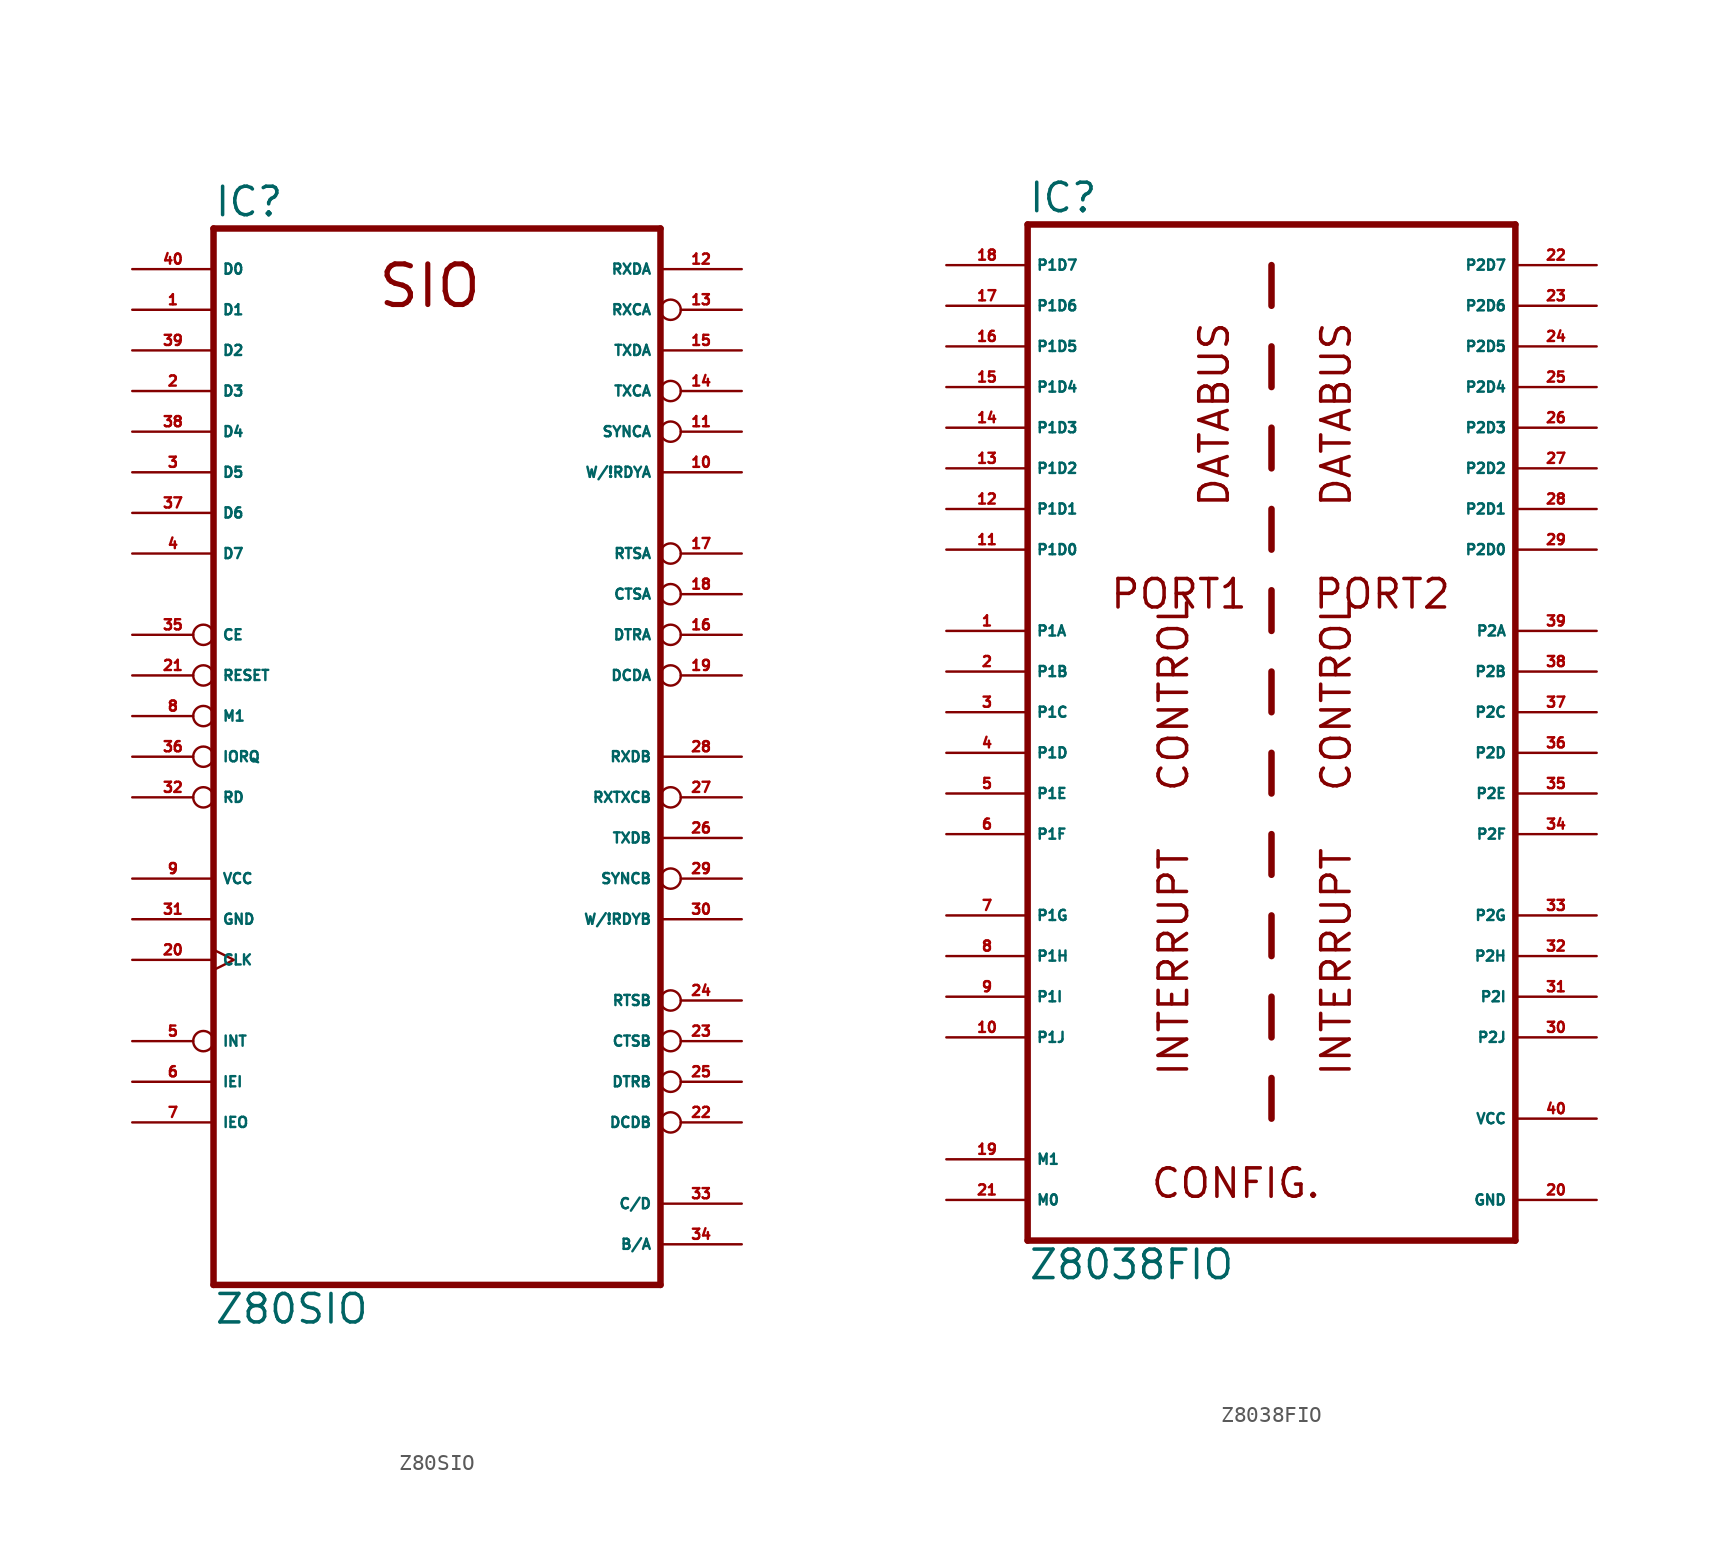
<source format=kicad_sym>
(kicad_symbol_lib
  (version 20220914)
  (generator Eagle2Kicad)
  (symbol "Z80SIO"
    (property "Reference" "IC"
      (at -12.7 33.655 0)
      (effects (font (size 1.778 1.778) (thickness 0.22)) (justify left bottom)))
    (property "Value" "Z80SIO"
      (at -12.7 -35.56 0)
      (effects (font (size 1.778 1.778) (thickness 0.22)) (justify left bottom)))
    (polyline
      (pts (xy -12.7 33.02) (xy -12.7 -33.02))
      (stroke (width 0.406) (type default))
      (fill (type none)))
    (polyline
      (pts (xy 15.24 -33.02) (xy -12.7 -33.02))
      (stroke (width 0.406) (type default))
      (fill (type none)))
    (polyline
      (pts (xy 15.24 -33.02) (xy 15.24 33.02))
      (stroke (width 0.406) (type default))
      (fill (type none)))
    (polyline
      (pts (xy -12.7 33.02) (xy 15.24 33.02))
      (stroke (width 0.406) (type default))
      (fill (type none)))
    (text "SIO"
      (at -2.54 27.94 0)
      (effects (font (size 2.54 2.54) (thickness 0.32)) (justify left bottom)))
    (pin bidirectional line
      (at -17.78 30.48 0)
      (length 5.08)
      (name "D0" (effects (font (size 0.635 0.635) (thickness 0.08)) (justify left bottom)))
      (number "40" (effects (font (size 0.635 0.635) (thickness 0.08)) (justify left bottom))))
    (pin bidirectional line
      (at -17.78 27.94 0)
      (length 5.08)
      (name "D1" (effects (font (size 0.635 0.635) (thickness 0.08)) (justify left bottom)))
      (number "1" (effects (font (size 0.635 0.635) (thickness 0.08)) (justify left bottom))))
    (pin bidirectional line
      (at -17.78 25.4 0)
      (length 5.08)
      (name "D2" (effects (font (size 0.635 0.635) (thickness 0.08)) (justify left bottom)))
      (number "39" (effects (font (size 0.635 0.635) (thickness 0.08)) (justify left bottom))))
    (pin bidirectional line
      (at -17.78 22.86 0)
      (length 5.08)
      (name "D3" (effects (font (size 0.635 0.635) (thickness 0.08)) (justify left bottom)))
      (number "2" (effects (font (size 0.635 0.635) (thickness 0.08)) (justify left bottom))))
    (pin bidirectional line
      (at -17.78 20.32 0)
      (length 5.08)
      (name "D4" (effects (font (size 0.635 0.635) (thickness 0.08)) (justify left bottom)))
      (number "38" (effects (font (size 0.635 0.635) (thickness 0.08)) (justify left bottom))))
    (pin bidirectional line
      (at -17.78 17.78 0)
      (length 5.08)
      (name "D5" (effects (font (size 0.635 0.635) (thickness 0.08)) (justify left bottom)))
      (number "3" (effects (font (size 0.635 0.635) (thickness 0.08)) (justify left bottom))))
    (pin bidirectional line
      (at -17.78 15.24 0)
      (length 5.08)
      (name "D6" (effects (font (size 0.635 0.635) (thickness 0.08)) (justify left bottom)))
      (number "37" (effects (font (size 0.635 0.635) (thickness 0.08)) (justify left bottom))))
    (pin bidirectional line
      (at -17.78 12.7 0)
      (length 5.08)
      (name "D7" (effects (font (size 0.635 0.635) (thickness 0.08)) (justify left bottom)))
      (number "4" (effects (font (size 0.635 0.635) (thickness 0.08)) (justify left bottom))))
    (pin input inverted
      (at -17.78 7.62 0)
      (length 5.08)
      (name "CE" (effects (font (size 0.635 0.635) (thickness 0.08)) (justify left bottom)))
      (number "35" (effects (font (size 0.635 0.635) (thickness 0.08)) (justify left bottom))))
    (pin input inverted
      (at -17.78 5.08 0)
      (length 5.08)
      (name "RESET" (effects (font (size 0.635 0.635) (thickness 0.08)) (justify left bottom)))
      (number "21" (effects (font (size 0.635 0.635) (thickness 0.08)) (justify left bottom))))
    (pin input inverted
      (at -17.78 2.54 0)
      (length 5.08)
      (name "M1" (effects (font (size 0.635 0.635) (thickness 0.08)) (justify left bottom)))
      (number "8" (effects (font (size 0.635 0.635) (thickness 0.08)) (justify left bottom))))
    (pin input inverted
      (at -17.78 0 0)
      (length 5.08)
      (name "IORQ" (effects (font (size 0.635 0.635) (thickness 0.08)) (justify left bottom)))
      (number "36" (effects (font (size 0.635 0.635) (thickness 0.08)) (justify left bottom))))
    (pin input inverted
      (at -17.78 -2.54 0)
      (length 5.08)
      (name "RD" (effects (font (size 0.635 0.635) (thickness 0.08)) (justify left bottom)))
      (number "32" (effects (font (size 0.635 0.635) (thickness 0.08)) (justify left bottom))))
    (pin unspecified line
      (at -17.78 -7.62 0)
      (length 5.08)
      (name "VCC" (effects (font (size 0.635 0.635) (thickness 0.08)) (justify left bottom)))
      (number "9" (effects (font (size 0.635 0.635) (thickness 0.08)) (justify left bottom))))
    (pin unspecified line
      (at -17.78 -10.16 0)
      (length 5.08)
      (name "GND" (effects (font (size 0.635 0.635) (thickness 0.08)) (justify left bottom)))
      (number "31" (effects (font (size 0.635 0.635) (thickness 0.08)) (justify left bottom))))
    (pin input clock
      (at -17.78 -12.7 0)
      (length 5.08)
      (name "CLK" (effects (font (size 0.635 0.635) (thickness 0.08)) (justify left bottom)))
      (number "20" (effects (font (size 0.635 0.635) (thickness 0.08)) (justify left bottom))))
    (pin output inverted
      (at -17.78 -17.78 0)
      (length 5.08)
      (name "INT" (effects (font (size 0.635 0.635) (thickness 0.08)) (justify left bottom)))
      (number "5" (effects (font (size 0.635 0.635) (thickness 0.08)) (justify left bottom))))
    (pin input line
      (at -17.78 -20.32 0)
      (length 5.08)
      (name "IEI" (effects (font (size 0.635 0.635) (thickness 0.08)) (justify left bottom)))
      (number "6" (effects (font (size 0.635 0.635) (thickness 0.08)) (justify left bottom))))
    (pin output line
      (at -17.78 -22.86 0)
      (length 5.08)
      (name "IEO" (effects (font (size 0.635 0.635) (thickness 0.08)) (justify left bottom)))
      (number "7" (effects (font (size 0.635 0.635) (thickness 0.08)) (justify left bottom))))
    (pin input line
      (at 20.32 30.48 180)
      (length 5.08)
      (name "RXDA" (effects (font (size 0.635 0.635) (thickness 0.08)) (justify left bottom)))
      (number "12" (effects (font (size 0.635 0.635) (thickness 0.08)) (justify left bottom))))
    (pin input inverted
      (at 20.32 27.94 180)
      (length 5.08)
      (name "RXCA" (effects (font (size 0.635 0.635) (thickness 0.08)) (justify left bottom)))
      (number "13" (effects (font (size 0.635 0.635) (thickness 0.08)) (justify left bottom))))
    (pin input line
      (at 20.32 25.4 180)
      (length 5.08)
      (name "TXDA" (effects (font (size 0.635 0.635) (thickness 0.08)) (justify left bottom)))
      (number "15" (effects (font (size 0.635 0.635) (thickness 0.08)) (justify left bottom))))
    (pin input inverted
      (at 20.32 22.86 180)
      (length 5.08)
      (name "TXCA" (effects (font (size 0.635 0.635) (thickness 0.08)) (justify left bottom)))
      (number "14" (effects (font (size 0.635 0.635) (thickness 0.08)) (justify left bottom))))
    (pin bidirectional inverted
      (at 20.32 20.32 180)
      (length 5.08)
      (name "SYNCA" (effects (font (size 0.635 0.635) (thickness 0.08)) (justify left bottom)))
      (number "11" (effects (font (size 0.635 0.635) (thickness 0.08)) (justify left bottom))))
    (pin output line
      (at 20.32 17.78 180)
      (length 5.08)
      (name "W/!RDYA" (effects (font (size 0.635 0.635) (thickness 0.08)) (justify left bottom)))
      (number "10" (effects (font (size 0.635 0.635) (thickness 0.08)) (justify left bottom))))
    (pin output inverted
      (at 20.32 12.7 180)
      (length 5.08)
      (name "RTSA" (effects (font (size 0.635 0.635) (thickness 0.08)) (justify left bottom)))
      (number "17" (effects (font (size 0.635 0.635) (thickness 0.08)) (justify left bottom))))
    (pin input inverted
      (at 20.32 10.16 180)
      (length 5.08)
      (name "CTSA" (effects (font (size 0.635 0.635) (thickness 0.08)) (justify left bottom)))
      (number "18" (effects (font (size 0.635 0.635) (thickness 0.08)) (justify left bottom))))
    (pin output inverted
      (at 20.32 7.62 180)
      (length 5.08)
      (name "DTRA" (effects (font (size 0.635 0.635) (thickness 0.08)) (justify left bottom)))
      (number "16" (effects (font (size 0.635 0.635) (thickness 0.08)) (justify left bottom))))
    (pin input inverted
      (at 20.32 5.08 180)
      (length 5.08)
      (name "DCDA" (effects (font (size 0.635 0.635) (thickness 0.08)) (justify left bottom)))
      (number "19" (effects (font (size 0.635 0.635) (thickness 0.08)) (justify left bottom))))
    (pin input line
      (at 20.32 0 180)
      (length 5.08)
      (name "RXDB" (effects (font (size 0.635 0.635) (thickness 0.08)) (justify left bottom)))
      (number "28" (effects (font (size 0.635 0.635) (thickness 0.08)) (justify left bottom))))
    (pin input inverted
      (at 20.32 -2.54 180)
      (length 5.08)
      (name "RXTXCB" (effects (font (size 0.635 0.635) (thickness 0.08)) (justify left bottom)))
      (number "27" (effects (font (size 0.635 0.635) (thickness 0.08)) (justify left bottom))))
    (pin output line
      (at 20.32 -5.08 180)
      (length 5.08)
      (name "TXDB" (effects (font (size 0.635 0.635) (thickness 0.08)) (justify left bottom)))
      (number "26" (effects (font (size 0.635 0.635) (thickness 0.08)) (justify left bottom))))
    (pin bidirectional inverted
      (at 20.32 -7.62 180)
      (length 5.08)
      (name "SYNCB" (effects (font (size 0.635 0.635) (thickness 0.08)) (justify left bottom)))
      (number "29" (effects (font (size 0.635 0.635) (thickness 0.08)) (justify left bottom))))
    (pin output line
      (at 20.32 -10.16 180)
      (length 5.08)
      (name "W/!RDYB" (effects (font (size 0.635 0.635) (thickness 0.08)) (justify left bottom)))
      (number "30" (effects (font (size 0.635 0.635) (thickness 0.08)) (justify left bottom))))
    (pin output inverted
      (at 20.32 -15.24 180)
      (length 5.08)
      (name "RTSB" (effects (font (size 0.635 0.635) (thickness 0.08)) (justify left bottom)))
      (number "24" (effects (font (size 0.635 0.635) (thickness 0.08)) (justify left bottom))))
    (pin input inverted
      (at 20.32 -17.78 180)
      (length 5.08)
      (name "CTSB" (effects (font (size 0.635 0.635) (thickness 0.08)) (justify left bottom)))
      (number "23" (effects (font (size 0.635 0.635) (thickness 0.08)) (justify left bottom))))
    (pin output inverted
      (at 20.32 -20.32 180)
      (length 5.08)
      (name "DTRB" (effects (font (size 0.635 0.635) (thickness 0.08)) (justify left bottom)))
      (number "25" (effects (font (size 0.635 0.635) (thickness 0.08)) (justify left bottom))))
    (pin input inverted
      (at 20.32 -22.86 180)
      (length 5.08)
      (name "DCDB" (effects (font (size 0.635 0.635) (thickness 0.08)) (justify left bottom)))
      (number "22" (effects (font (size 0.635 0.635) (thickness 0.08)) (justify left bottom))))
    (pin input line
      (at 20.32 -27.94 180)
      (length 5.08)
      (name "C/D" (effects (font (size 0.635 0.635) (thickness 0.08)) (justify left bottom)))
      (number "33" (effects (font (size 0.635 0.635) (thickness 0.08)) (justify left bottom))))
    (pin input line
      (at 20.32 -30.48 180)
      (length 5.08)
      (name "B/A" (effects (font (size 0.635 0.635) (thickness 0.08)) (justify left bottom)))
      (number "34" (effects (font (size 0.635 0.635) (thickness 0.08)) (justify left bottom)))))
  (symbol "Z8038FIO"
    (property "Reference" "IC"
      (at -15.24 31.115 0)
      (effects (font (size 1.778 1.778) (thickness 0.22)) (justify left bottom)))
    (property "Value" "Z8038FIO"
      (at -15.24 -35.56 0)
      (effects (font (size 1.778 1.778) (thickness 0.22)) (justify left bottom)))
    (polyline
      (pts (xy 15.24 30.48) (xy 15.24 -33.02))
      (stroke (width 0.406) (type default))
      (fill (type none)))
    (polyline
      (pts (xy -15.24 -33.02) (xy 15.24 -33.02))
      (stroke (width 0.406) (type default))
      (fill (type none)))
    (polyline
      (pts (xy -15.24 -33.02) (xy -15.24 30.48))
      (stroke (width 0.406) (type default))
      (fill (type none)))
    (polyline
      (pts (xy 15.24 30.48) (xy -15.24 30.48))
      (stroke (width 0.406) (type default))
      (fill (type none)))
    (polyline
      (pts (xy 0 27.94) (xy 0 25.4))
      (stroke (width 0.406) (type default))
      (fill (type none)))
    (polyline
      (pts (xy 0 22.86) (xy 0 20.32))
      (stroke (width 0.406) (type default))
      (fill (type none)))
    (polyline
      (pts (xy 0 17.78) (xy 0 15.24))
      (stroke (width 0.406) (type default))
      (fill (type none)))
    (polyline
      (pts (xy 0 12.7) (xy 0 10.16))
      (stroke (width 0.406) (type default))
      (fill (type none)))
    (polyline
      (pts (xy 0 7.62) (xy 0 5.08))
      (stroke (width 0.406) (type default))
      (fill (type none)))
    (polyline
      (pts (xy 0 2.54) (xy 0 0))
      (stroke (width 0.406) (type default))
      (fill (type none)))
    (polyline
      (pts (xy 0 -2.54) (xy 0 -5.08))
      (stroke (width 0.406) (type default))
      (fill (type none)))
    (polyline
      (pts (xy 0 -7.62) (xy 0 -10.16))
      (stroke (width 0.406) (type default))
      (fill (type none)))
    (polyline
      (pts (xy 0 -12.7) (xy 0 -15.24))
      (stroke (width 0.406) (type default))
      (fill (type none)))
    (polyline
      (pts (xy 0 -17.78) (xy 0 -20.32))
      (stroke (width 0.406) (type default))
      (fill (type none)))
    (polyline
      (pts (xy 0 -22.86) (xy 0 -25.4))
      (stroke (width 0.406) (type default))
      (fill (type none)))
    (text "PORT1"
      (at -10.16 6.35 0)
      (effects (font (size 1.778 1.778) (thickness 0.22)) (justify left bottom)))
    (text "PORT2"
      (at 2.54 6.35 0)
      (effects (font (size 1.778 1.778) (thickness 0.22)) (justify left bottom)))
    (text "DATABUS"
      (at -2.54 12.7 900)
      (effects (font (size 1.778 1.778) (thickness 0.22)) (justify left bottom)))
    (text "DATABUS"
      (at 5.08 12.7 900)
      (effects (font (size 1.778 1.778) (thickness 0.22)) (justify left bottom)))
    (text "CONTROL"
      (at -5.08 -5.08 900)
      (effects (font (size 1.778 1.778) (thickness 0.22)) (justify left bottom)))
    (text "CONTROL"
      (at 5.08 -5.08 900)
      (effects (font (size 1.778 1.778) (thickness 0.22)) (justify left bottom)))
    (text "INTERRUPT"
      (at -5.08 -22.86 900)
      (effects (font (size 1.778 1.778) (thickness 0.22)) (justify left bottom)))
    (text "INTERRUPT"
      (at 5.08 -22.86 900)
      (effects (font (size 1.778 1.778) (thickness 0.22)) (justify left bottom)))
    (text "CONFIG."
      (at -7.62 -30.48 0)
      (effects (font (size 1.778 1.778) (thickness 0.22)) (justify left bottom)))
    (pin bidirectional line
      (at 20.32 10.16 180)
      (length 5.08)
      (name "P2D0" (effects (font (size 0.635 0.635) (thickness 0.08)) (justify left bottom)))
      (number "29" (effects (font (size 0.635 0.635) (thickness 0.08)) (justify left bottom))))
    (pin bidirectional line
      (at 20.32 12.7 180)
      (length 5.08)
      (name "P2D1" (effects (font (size 0.635 0.635) (thickness 0.08)) (justify left bottom)))
      (number "28" (effects (font (size 0.635 0.635) (thickness 0.08)) (justify left bottom))))
    (pin bidirectional line
      (at 20.32 15.24 180)
      (length 5.08)
      (name "P2D2" (effects (font (size 0.635 0.635) (thickness 0.08)) (justify left bottom)))
      (number "27" (effects (font (size 0.635 0.635) (thickness 0.08)) (justify left bottom))))
    (pin bidirectional line
      (at 20.32 17.78 180)
      (length 5.08)
      (name "P2D3" (effects (font (size 0.635 0.635) (thickness 0.08)) (justify left bottom)))
      (number "26" (effects (font (size 0.635 0.635) (thickness 0.08)) (justify left bottom))))
    (pin bidirectional line
      (at 20.32 20.32 180)
      (length 5.08)
      (name "P2D4" (effects (font (size 0.635 0.635) (thickness 0.08)) (justify left bottom)))
      (number "25" (effects (font (size 0.635 0.635) (thickness 0.08)) (justify left bottom))))
    (pin bidirectional line
      (at 20.32 22.86 180)
      (length 5.08)
      (name "P2D5" (effects (font (size 0.635 0.635) (thickness 0.08)) (justify left bottom)))
      (number "24" (effects (font (size 0.635 0.635) (thickness 0.08)) (justify left bottom))))
    (pin bidirectional line
      (at 20.32 25.4 180)
      (length 5.08)
      (name "P2D6" (effects (font (size 0.635 0.635) (thickness 0.08)) (justify left bottom)))
      (number "23" (effects (font (size 0.635 0.635) (thickness 0.08)) (justify left bottom))))
    (pin bidirectional line
      (at 20.32 27.94 180)
      (length 5.08)
      (name "P2D7" (effects (font (size 0.635 0.635) (thickness 0.08)) (justify left bottom)))
      (number "22" (effects (font (size 0.635 0.635) (thickness 0.08)) (justify left bottom))))
    (pin bidirectional line
      (at -20.32 10.16 0)
      (length 5.08)
      (name "P1D0" (effects (font (size 0.635 0.635) (thickness 0.08)) (justify left bottom)))
      (number "11" (effects (font (size 0.635 0.635) (thickness 0.08)) (justify left bottom))))
    (pin bidirectional line
      (at -20.32 12.7 0)
      (length 5.08)
      (name "P1D1" (effects (font (size 0.635 0.635) (thickness 0.08)) (justify left bottom)))
      (number "12" (effects (font (size 0.635 0.635) (thickness 0.08)) (justify left bottom))))
    (pin bidirectional line
      (at -20.32 15.24 0)
      (length 5.08)
      (name "P1D2" (effects (font (size 0.635 0.635) (thickness 0.08)) (justify left bottom)))
      (number "13" (effects (font (size 0.635 0.635) (thickness 0.08)) (justify left bottom))))
    (pin bidirectional line
      (at -20.32 17.78 0)
      (length 5.08)
      (name "P1D3" (effects (font (size 0.635 0.635) (thickness 0.08)) (justify left bottom)))
      (number "14" (effects (font (size 0.635 0.635) (thickness 0.08)) (justify left bottom))))
    (pin bidirectional line
      (at -20.32 20.32 0)
      (length 5.08)
      (name "P1D4" (effects (font (size 0.635 0.635) (thickness 0.08)) (justify left bottom)))
      (number "15" (effects (font (size 0.635 0.635) (thickness 0.08)) (justify left bottom))))
    (pin bidirectional line
      (at -20.32 22.86 0)
      (length 5.08)
      (name "P1D5" (effects (font (size 0.635 0.635) (thickness 0.08)) (justify left bottom)))
      (number "16" (effects (font (size 0.635 0.635) (thickness 0.08)) (justify left bottom))))
    (pin bidirectional line
      (at -20.32 25.4 0)
      (length 5.08)
      (name "P1D6" (effects (font (size 0.635 0.635) (thickness 0.08)) (justify left bottom)))
      (number "17" (effects (font (size 0.635 0.635) (thickness 0.08)) (justify left bottom))))
    (pin bidirectional line
      (at -20.32 27.94 0)
      (length 5.08)
      (name "P1D7" (effects (font (size 0.635 0.635) (thickness 0.08)) (justify left bottom)))
      (number "18" (effects (font (size 0.635 0.635) (thickness 0.08)) (justify left bottom))))
    (pin output line
      (at -20.32 5.08 0)
      (length 5.08)
      (name "P1A" (effects (font (size 0.635 0.635) (thickness 0.08)) (justify left bottom)))
      (number "1" (effects (font (size 0.635 0.635) (thickness 0.08)) (justify left bottom))))
    (pin input line
      (at -20.32 2.54 0)
      (length 5.08)
      (name "P1B" (effects (font (size 0.635 0.635) (thickness 0.08)) (justify left bottom)))
      (number "2" (effects (font (size 0.635 0.635) (thickness 0.08)) (justify left bottom))))
    (pin input line
      (at -20.32 0 0)
      (length 5.08)
      (name "P1C" (effects (font (size 0.635 0.635) (thickness 0.08)) (justify left bottom)))
      (number "3" (effects (font (size 0.635 0.635) (thickness 0.08)) (justify left bottom))))
    (pin input line
      (at -20.32 -2.54 0)
      (length 5.08)
      (name "P1D" (effects (font (size 0.635 0.635) (thickness 0.08)) (justify left bottom)))
      (number "4" (effects (font (size 0.635 0.635) (thickness 0.08)) (justify left bottom))))
    (pin input line
      (at -20.32 -5.08 0)
      (length 5.08)
      (name "P1E" (effects (font (size 0.635 0.635) (thickness 0.08)) (justify left bottom)))
      (number "5" (effects (font (size 0.635 0.635) (thickness 0.08)) (justify left bottom))))
    (pin input line
      (at -20.32 -7.62 0)
      (length 5.08)
      (name "P1F" (effects (font (size 0.635 0.635) (thickness 0.08)) (justify left bottom)))
      (number "6" (effects (font (size 0.635 0.635) (thickness 0.08)) (justify left bottom))))
    (pin input line
      (at -20.32 -12.7 0)
      (length 5.08)
      (name "P1G" (effects (font (size 0.635 0.635) (thickness 0.08)) (justify left bottom)))
      (number "7" (effects (font (size 0.635 0.635) (thickness 0.08)) (justify left bottom))))
    (pin output line
      (at -20.32 -15.24 0)
      (length 5.08)
      (name "P1H" (effects (font (size 0.635 0.635) (thickness 0.08)) (justify left bottom)))
      (number "8" (effects (font (size 0.635 0.635) (thickness 0.08)) (justify left bottom))))
    (pin input line
      (at -20.32 -17.78 0)
      (length 5.08)
      (name "P1I" (effects (font (size 0.635 0.635) (thickness 0.08)) (justify left bottom)))
      (number "9" (effects (font (size 0.635 0.635) (thickness 0.08)) (justify left bottom))))
    (pin output line
      (at -20.32 -20.32 0)
      (length 5.08)
      (name "P1J" (effects (font (size 0.635 0.635) (thickness 0.08)) (justify left bottom)))
      (number "10" (effects (font (size 0.635 0.635) (thickness 0.08)) (justify left bottom))))
    (pin output line
      (at 20.32 5.08 180)
      (length 5.08)
      (name "P2A" (effects (font (size 0.635 0.635) (thickness 0.08)) (justify left bottom)))
      (number "39" (effects (font (size 0.635 0.635) (thickness 0.08)) (justify left bottom))))
    (pin input line
      (at 20.32 2.54 180)
      (length 5.08)
      (name "P2B" (effects (font (size 0.635 0.635) (thickness 0.08)) (justify left bottom)))
      (number "38" (effects (font (size 0.635 0.635) (thickness 0.08)) (justify left bottom))))
    (pin input line
      (at 20.32 0 180)
      (length 5.08)
      (name "P2C" (effects (font (size 0.635 0.635) (thickness 0.08)) (justify left bottom)))
      (number "37" (effects (font (size 0.635 0.635) (thickness 0.08)) (justify left bottom))))
    (pin input line
      (at 20.32 -2.54 180)
      (length 5.08)
      (name "P2D" (effects (font (size 0.635 0.635) (thickness 0.08)) (justify left bottom)))
      (number "36" (effects (font (size 0.635 0.635) (thickness 0.08)) (justify left bottom))))
    (pin input line
      (at 20.32 -5.08 180)
      (length 5.08)
      (name "P2E" (effects (font (size 0.635 0.635) (thickness 0.08)) (justify left bottom)))
      (number "35" (effects (font (size 0.635 0.635) (thickness 0.08)) (justify left bottom))))
    (pin input line
      (at 20.32 -7.62 180)
      (length 5.08)
      (name "P2F" (effects (font (size 0.635 0.635) (thickness 0.08)) (justify left bottom)))
      (number "34" (effects (font (size 0.635 0.635) (thickness 0.08)) (justify left bottom))))
    (pin input line
      (at 20.32 -12.7 180)
      (length 5.08)
      (name "P2G" (effects (font (size 0.635 0.635) (thickness 0.08)) (justify left bottom)))
      (number "33" (effects (font (size 0.635 0.635) (thickness 0.08)) (justify left bottom))))
    (pin output line
      (at 20.32 -15.24 180)
      (length 5.08)
      (name "P2H" (effects (font (size 0.635 0.635) (thickness 0.08)) (justify left bottom)))
      (number "32" (effects (font (size 0.635 0.635) (thickness 0.08)) (justify left bottom))))
    (pin input line
      (at 20.32 -17.78 180)
      (length 5.08)
      (name "P2I" (effects (font (size 0.635 0.635) (thickness 0.08)) (justify left bottom)))
      (number "31" (effects (font (size 0.635 0.635) (thickness 0.08)) (justify left bottom))))
    (pin output line
      (at 20.32 -20.32 180)
      (length 5.08)
      (name "P2J" (effects (font (size 0.635 0.635) (thickness 0.08)) (justify left bottom)))
      (number "30" (effects (font (size 0.635 0.635) (thickness 0.08)) (justify left bottom))))
    (pin input line
      (at -20.32 -30.48 0)
      (length 5.08)
      (name "M0" (effects (font (size 0.635 0.635) (thickness 0.08)) (justify left bottom)))
      (number "21" (effects (font (size 0.635 0.635) (thickness 0.08)) (justify left bottom))))
    (pin input line
      (at -20.32 -27.94 0)
      (length 5.08)
      (name "M1" (effects (font (size 0.635 0.635) (thickness 0.08)) (justify left bottom)))
      (number "19" (effects (font (size 0.635 0.635) (thickness 0.08)) (justify left bottom))))
    (pin unspecified line
      (at 20.32 -30.48 180)
      (length 5.08)
      (name "GND" (effects (font (size 0.635 0.635) (thickness 0.08)) (justify left bottom)))
      (number "20" (effects (font (size 0.635 0.635) (thickness 0.08)) (justify left bottom))))
    (pin unspecified line
      (at 20.32 -25.4 180)
      (length 5.08)
      (name "VCC" (effects (font (size 0.635 0.635) (thickness 0.08)) (justify left bottom)))
      (number "40" (effects (font (size 0.635 0.635) (thickness 0.08)) (justify left bottom))))))
</source>
